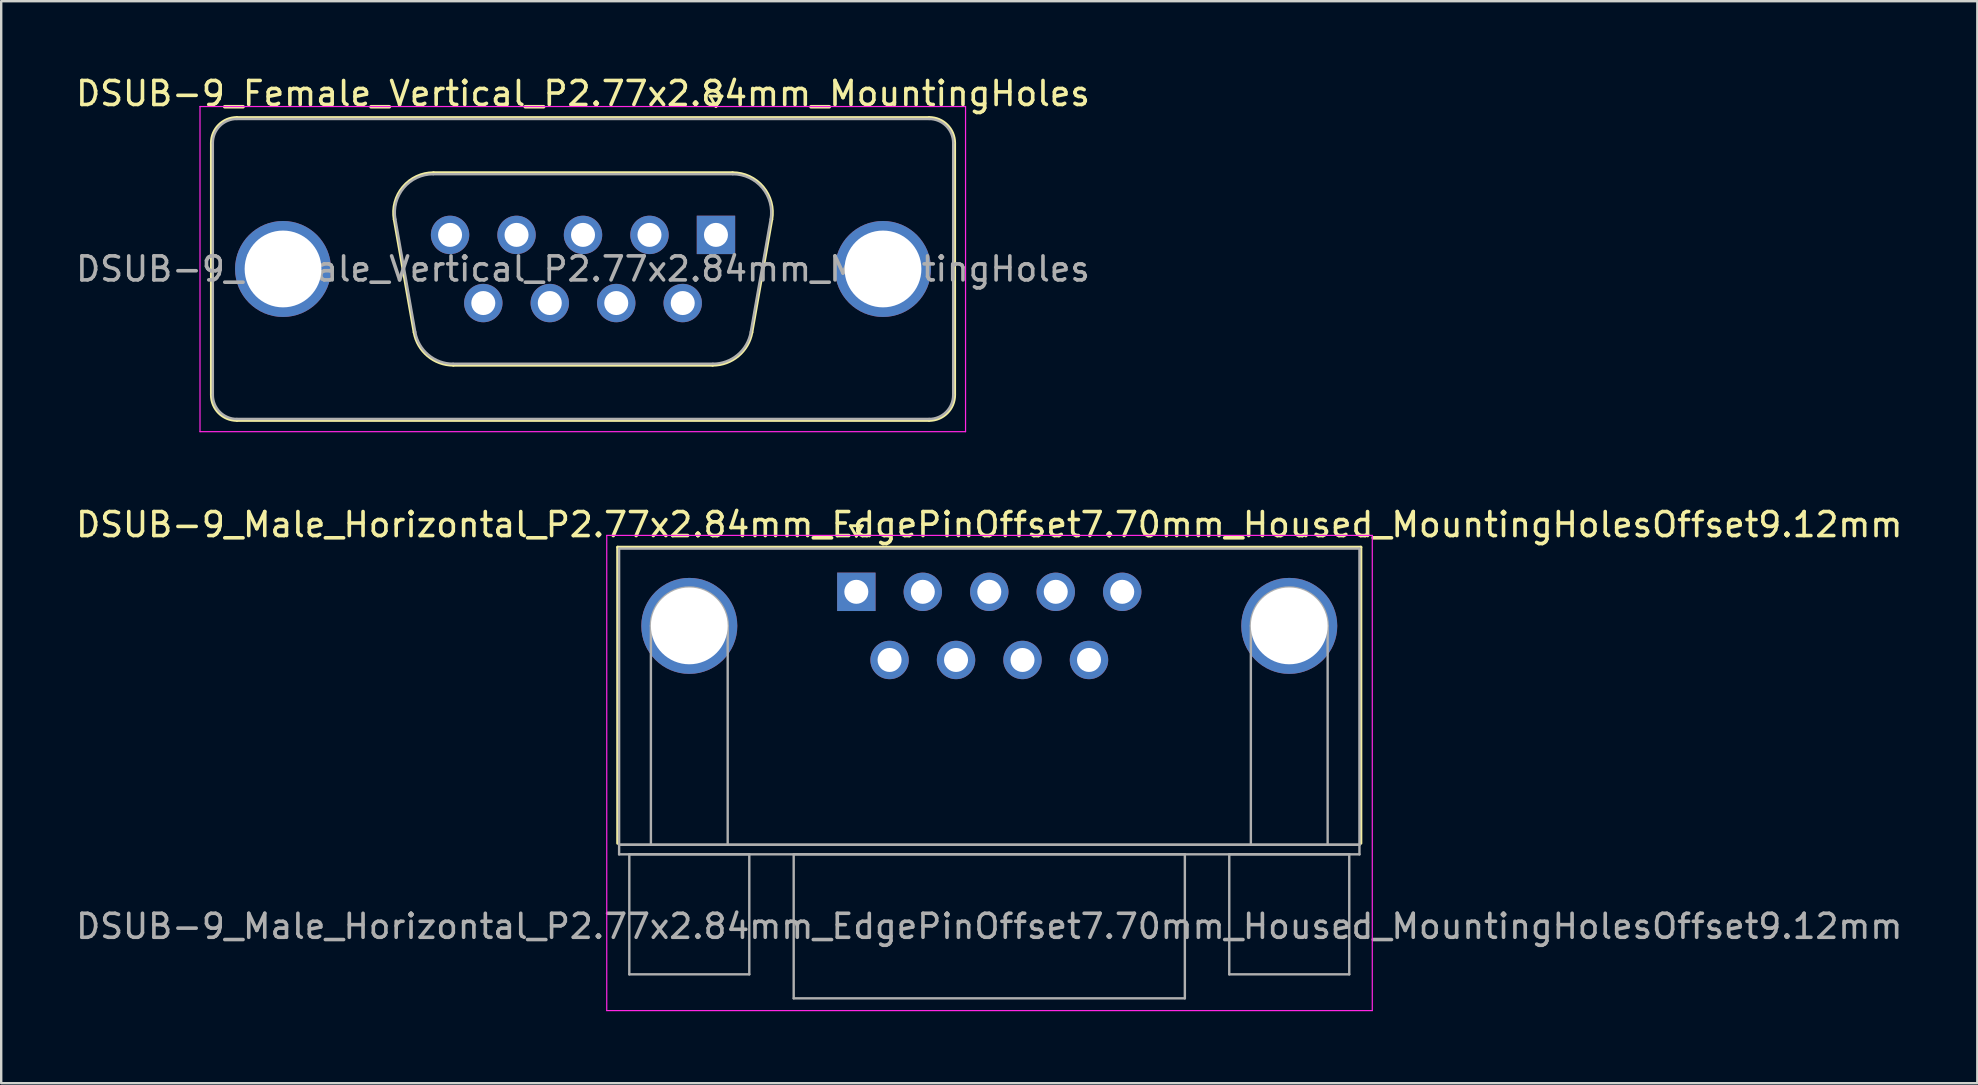
<source format=kicad_pcb>
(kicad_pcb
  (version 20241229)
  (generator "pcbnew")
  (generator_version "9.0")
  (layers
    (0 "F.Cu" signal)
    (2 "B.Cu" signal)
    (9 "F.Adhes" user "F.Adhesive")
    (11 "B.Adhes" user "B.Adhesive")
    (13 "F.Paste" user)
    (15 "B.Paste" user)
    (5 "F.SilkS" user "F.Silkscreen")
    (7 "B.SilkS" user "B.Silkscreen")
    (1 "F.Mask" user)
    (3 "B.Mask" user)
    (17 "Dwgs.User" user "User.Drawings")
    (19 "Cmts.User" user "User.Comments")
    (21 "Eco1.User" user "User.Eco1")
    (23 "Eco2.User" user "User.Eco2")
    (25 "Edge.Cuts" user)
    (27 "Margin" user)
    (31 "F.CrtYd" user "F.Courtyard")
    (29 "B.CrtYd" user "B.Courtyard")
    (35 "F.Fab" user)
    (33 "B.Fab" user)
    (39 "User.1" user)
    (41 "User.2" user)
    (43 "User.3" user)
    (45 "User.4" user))
  (footprint "DSUB-9_Male_Horizontal_P2.77x2.84mm_EdgePinOffset7.70mm_Housed_MountingHolesOffset9.12mm"
    (layer "F.Cu")
    (at 32.633 21.611)
    (property "Reference" "DSUB-9_Male_Horizontal_P2.77x2.84mm_EdgePinOffset7.70mm_Housed_MountingHolesOffset9.12mm" (at 5.54 -2.8 0) (layer "F.SilkS") (effects (font (size 1 1) (thickness 0.15))))
    (attr through_hole)
    (fp_line (start -9.945 -1.86) (end 21.025 -1.86) (stroke (width 0.12) (type solid)) (layer "F.SilkS"))
    (fp_line (start -9.945 10.48) (end -9.945 -1.86) (stroke (width 0.12) (type solid)) (layer "F.SilkS"))
    (fp_line (start -0.25 -2.754) (end 0.25 -2.754) (stroke (width 0.12) (type solid)) (layer "F.SilkS"))
    (fp_line (start 0 -2.321) (end -0.25 -2.754) (stroke (width 0.12) (type solid)) (layer "F.SilkS"))
    (fp_line (start 0.25 -2.754) (end 0 -2.321) (stroke (width 0.12) (type solid)) (layer "F.SilkS"))
    (fp_line (start 21.025 -1.86) (end 21.025 10.48) (stroke (width 0.12) (type solid)) (layer "F.SilkS"))
    (fp_line (start -10.4 -2.35) (end -10.4 17.45) (stroke (width 0.05) (type solid)) (layer "F.CrtYd"))
    (fp_line (start -10.4 17.45) (end 21.5 17.45) (stroke (width 0.05) (type solid)) (layer "F.CrtYd"))
    (fp_line (start 21.5 -2.35) (end -10.4 -2.35) (stroke (width 0.05) (type solid)) (layer "F.CrtYd"))
    (fp_line (start 21.5 17.45) (end 21.5 -2.35) (stroke (width 0.05) (type solid)) (layer "F.CrtYd"))
    (fp_line (start -9.885 -1.8) (end -9.885 10.54) (stroke (width 0.1) (type solid)) (layer "F.Fab"))
    (fp_line (start -9.885 10.54) (end -9.885 10.94) (stroke (width 0.1) (type solid)) (layer "F.Fab"))
    (fp_line (start -9.885 10.54) (end 20.965 10.54) (stroke (width 0.1) (type solid)) (layer "F.Fab"))
    (fp_line (start -9.885 10.94) (end 20.965 10.94) (stroke (width 0.1) (type solid)) (layer "F.Fab"))
    (fp_line (start -9.46 10.94) (end -9.46 15.94) (stroke (width 0.1) (type solid)) (layer "F.Fab"))
    (fp_line (start -9.46 15.94) (end -4.46 15.94) (stroke (width 0.1) (type solid)) (layer "F.Fab"))
    (fp_line (start -8.56 10.54) (end -8.56 1.42) (stroke (width 0.1) (type solid)) (layer "F.Fab"))
    (fp_line (start -5.36 10.54) (end -5.36 1.42) (stroke (width 0.1) (type solid)) (layer "F.Fab"))
    (fp_line (start -4.46 10.94) (end -9.46 10.94) (stroke (width 0.1) (type solid)) (layer "F.Fab"))
    (fp_line (start -4.46 15.94) (end -4.46 10.94) (stroke (width 0.1) (type solid)) (layer "F.Fab"))
    (fp_line (start -2.61 10.94) (end -2.61 16.94) (stroke (width 0.1) (type solid)) (layer "F.Fab"))
    (fp_line (start -2.61 16.94) (end 13.69 16.94) (stroke (width 0.1) (type solid)) (layer "F.Fab"))
    (fp_line (start 13.69 10.94) (end -2.61 10.94) (stroke (width 0.1) (type solid)) (layer "F.Fab"))
    (fp_line (start 13.69 16.94) (end 13.69 10.94) (stroke (width 0.1) (type solid)) (layer "F.Fab"))
    (fp_line (start 15.54 10.94) (end 15.54 15.94) (stroke (width 0.1) (type solid)) (layer "F.Fab"))
    (fp_line (start 15.54 15.94) (end 20.54 15.94) (stroke (width 0.1) (type solid)) (layer "F.Fab"))
    (fp_line (start 16.44 10.54) (end 16.44 1.42) (stroke (width 0.1) (type solid)) (layer "F.Fab"))
    (fp_line (start 19.64 10.54) (end 19.64 1.42) (stroke (width 0.1) (type solid)) (layer "F.Fab"))
    (fp_line (start 20.54 10.94) (end 15.54 10.94) (stroke (width 0.1) (type solid)) (layer "F.Fab"))
    (fp_line (start 20.54 15.94) (end 20.54 10.94) (stroke (width 0.1) (type solid)) (layer "F.Fab"))
    (fp_line (start 20.965 -1.8) (end -9.885 -1.8) (stroke (width 0.1) (type solid)) (layer "F.Fab"))
    (fp_line (start 20.965 10.54) (end -9.885 10.54) (stroke (width 0.1) (type solid)) (layer "F.Fab"))
    (fp_line (start 20.965 10.54) (end 20.965 -1.8) (stroke (width 0.1) (type solid)) (layer "F.Fab"))
    (fp_line (start 20.965 10.94) (end 20.965 10.54) (stroke (width 0.1) (type solid)) (layer "F.Fab"))
    (fp_arc (start -8.56 1.42) (mid -6.96 -0.18) (end -5.36 1.42) (stroke (width 0.1) (type solid)) (layer "F.Fab"))
    (fp_arc (start 16.44 1.42) (mid 18.04 -0.18) (end 19.64 1.42) (stroke (width 0.1) (type solid)) (layer "F.Fab"))
    (fp_text user "${REFERENCE}" (at 5.54 13.94 0) (layer "F.Fab") (effects (font (size 1 1) (thickness 0.15))))
    (pad "0" thru_hole circle (at -6.96 1.42) (size 4 4) (drill 3.2) (layers "*.Cu" "*.Mask"))
    (pad "0" thru_hole circle (at 18.04 1.42) (size 4 4) (drill 3.2) (layers "*.Cu" "*.Mask"))
    (pad "1" thru_hole rect (at 0 0) (size 1.6 1.6) (drill 1) (layers "*.Cu" "*.Mask"))
    (pad "2" thru_hole circle (at 2.77 0) (size 1.6 1.6) (drill 1) (layers "*.Cu" "*.Mask"))
    (pad "3" thru_hole circle (at 5.54 0) (size 1.6 1.6) (drill 1) (layers "*.Cu" "*.Mask"))
    (pad "4" thru_hole circle (at 8.31 0) (size 1.6 1.6) (drill 1) (layers "*.Cu" "*.Mask"))
    (pad "5" thru_hole circle (at 11.08 0) (size 1.6 1.6) (drill 1) (layers "*.Cu" "*.Mask"))
    (pad "6" thru_hole circle (at 1.385 2.84) (size 1.6 1.6) (drill 1) (layers "*.Cu" "*.Mask"))
    (pad "7" thru_hole circle (at 4.155 2.84) (size 1.6 1.6) (drill 1) (layers "*.Cu" "*.Mask"))
    (pad "8" thru_hole circle (at 6.925 2.84) (size 1.6 1.6) (drill 1) (layers "*.Cu" "*.Mask"))
    (pad "9" thru_hole circle (at 9.695 2.84) (size 1.6 1.6) (drill 1) (layers "*.Cu" "*.Mask")))
  (footprint "DSUB-9_Female_Vertical_P2.77x2.84mm_MountingHoles"
    (layer "F.Cu")
    (at 26.784 6.738)
    (property "Reference" "DSUB-9_Female_Vertical_P2.77x2.84mm_MountingHoles" (at -5.54 -5.89 0) (layer "F.SilkS") (effects (font (size 1 1) (thickness 0.15))))
    (attr through_hole)
    (fp_line (start -21.025 6.67) (end -21.025 -3.83) (stroke (width 0.12) (type solid)) (layer "F.SilkS"))
    (fp_line (start -19.965 -4.89) (end 8.885 -4.89) (stroke (width 0.12) (type solid)) (layer "F.SilkS"))
    (fp_line (start -13.406 -0.642) (end -12.578 4.058) (stroke (width 0.12) (type solid)) (layer "F.SilkS"))
    (fp_line (start -11.772 -2.59) (end 0.692 -2.59) (stroke (width 0.12) (type solid)) (layer "F.SilkS"))
    (fp_line (start -10.943 5.43) (end -0.137 5.43) (stroke (width 0.12) (type solid)) (layer "F.SilkS"))
    (fp_line (start -0.25 -5.784) (end 0.25 -5.784) (stroke (width 0.12) (type solid)) (layer "F.SilkS"))
    (fp_line (start 0 -5.351) (end -0.25 -5.784) (stroke (width 0.12) (type solid)) (layer "F.SilkS"))
    (fp_line (start 0.25 -5.784) (end 0 -5.351) (stroke (width 0.12) (type solid)) (layer "F.SilkS"))
    (fp_line (start 2.326 -0.642) (end 1.498 4.058) (stroke (width 0.12) (type solid)) (layer "F.SilkS"))
    (fp_line (start 8.885 7.73) (end -19.965 7.73) (stroke (width 0.12) (type solid)) (layer "F.SilkS"))
    (fp_line (start 9.945 -3.83) (end 9.945 6.67) (stroke (width 0.12) (type solid)) (layer "F.SilkS"))
    (fp_arc (start -21.025 -3.83) (mid -20.714533 -4.579533) (end -19.965 -4.89) (stroke (width 0.12) (type solid)) (layer "F.SilkS"))
    (fp_arc (start -19.965 7.73) (mid -20.714533 7.419533) (end -21.025 6.67) (stroke (width 0.12) (type solid)) (layer "F.SilkS"))
    (fp_arc (start -13.40647 -0.641744) (mid -13.043323 -1.997028) (end -11.771689 -2.59) (stroke (width 0.12) (type solid)) (layer "F.SilkS"))
    (fp_arc (start -10.942952 5.43) (mid -12.009979 5.041634) (end -12.577733 4.058256) (stroke (width 0.12) (type solid)) (layer "F.SilkS"))
    (fp_arc (start 0.691689 -2.59) (mid 1.963323 -1.997027) (end 2.32647 -0.641744) (stroke (width 0.12) (type solid)) (layer "F.SilkS"))
    (fp_arc (start 1.497733 4.058256) (mid 0.92998 5.041634) (end -0.137048 5.43) (stroke (width 0.12) (type solid)) (layer "F.SilkS"))
    (fp_arc (start 8.885 -4.89) (mid 9.634533 -4.579533) (end 9.945 -3.83) (stroke (width 0.12) (type solid)) (layer "F.SilkS"))
    (fp_arc (start 9.945 6.67) (mid 9.634533 7.419533) (end 8.885 7.73) (stroke (width 0.12) (type solid)) (layer "F.SilkS"))
    (fp_line (start -21.5 -5.35) (end -21.5 8.2) (stroke (width 0.05) (type solid)) (layer "F.CrtYd"))
    (fp_line (start -21.5 8.2) (end 10.4 8.2) (stroke (width 0.05) (type solid)) (layer "F.CrtYd"))
    (fp_line (start 10.4 -5.35) (end -21.5 -5.35) (stroke (width 0.05) (type solid)) (layer "F.CrtYd"))
    (fp_line (start 10.4 8.2) (end 10.4 -5.35) (stroke (width 0.05) (type solid)) (layer "F.CrtYd"))
    (fp_line (start -20.965 6.67) (end -20.965 -3.83) (stroke (width 0.1) (type solid)) (layer "F.Fab"))
    (fp_line (start -19.965 -4.83) (end 8.885 -4.83) (stroke (width 0.1) (type solid)) (layer "F.Fab"))
    (fp_line (start -13.359 -0.652) (end -12.53 4.048) (stroke (width 0.1) (type solid)) (layer "F.Fab"))
    (fp_line (start -11.783 -2.53) (end 0.703 -2.53) (stroke (width 0.1) (type solid)) (layer "F.Fab"))
    (fp_line (start -10.954 5.37) (end -0.126 5.37) (stroke (width 0.1) (type solid)) (layer "F.Fab"))
    (fp_line (start 2.279 -0.652) (end 1.45 4.048) (stroke (width 0.1) (type solid)) (layer "F.Fab"))
    (fp_line (start 8.885 7.67) (end -19.965 7.67) (stroke (width 0.1) (type solid)) (layer "F.Fab"))
    (fp_line (start 9.885 -3.83) (end 9.885 6.67) (stroke (width 0.1) (type solid)) (layer "F.Fab"))
    (fp_arc (start -20.965 -3.83) (mid -20.672107 -4.537107) (end -19.965 -4.83) (stroke (width 0.1) (type solid)) (layer "F.Fab"))
    (fp_arc (start -19.965 7.67) (mid -20.672107 7.377107) (end -20.965 6.67) (stroke (width 0.1) (type solid)) (layer "F.Fab"))
    (fp_arc (start -13.358886 -0.652163) (mid -13.008865 -1.95846) (end -11.783194 -2.53) (stroke (width 0.1) (type solid)) (layer "F.Fab"))
    (fp_arc (start -10.954457 5.37) (mid -11.982917 4.995671) (end -12.530149 4.047837) (stroke (width 0.1) (type solid)) (layer "F.Fab"))
    (fp_arc (start 0.703194 -2.53) (mid 1.928865 -1.95846) (end 2.278886 -0.652163) (stroke (width 0.1) (type solid)) (layer "F.Fab"))
    (fp_arc (start 1.450149 4.047837) (mid 0.902917 4.995671) (end -0.125543 5.37) (stroke (width 0.1) (type solid)) (layer "F.Fab"))
    (fp_arc (start 8.885 -4.83) (mid 9.592107 -4.537107) (end 9.885 -3.83) (stroke (width 0.1) (type solid)) (layer "F.Fab"))
    (fp_arc (start 9.885 6.67) (mid 9.592107 7.377107) (end 8.885 7.67) (stroke (width 0.1) (type solid)) (layer "F.Fab"))
    (fp_text user "${REFERENCE}" (at -5.54 1.42 0) (layer "F.Fab") (effects (font (size 1 1) (thickness 0.15))))
    (pad "0" thru_hole circle (at -18.04 1.42) (size 4 4) (drill 3.2) (layers "*.Cu" "*.Mask"))
    (pad "0" thru_hole circle (at 6.96 1.42) (size 4 4) (drill 3.2) (layers "*.Cu" "*.Mask"))
    (pad "1" thru_hole rect (at 0 0) (size 1.6 1.6) (drill 1) (layers "*.Cu" "*.Mask"))
    (pad "2" thru_hole circle (at -2.77 0) (size 1.6 1.6) (drill 1) (layers "*.Cu" "*.Mask"))
    (pad "3" thru_hole circle (at -5.54 0) (size 1.6 1.6) (drill 1) (layers "*.Cu" "*.Mask"))
    (pad "4" thru_hole circle (at -8.31 0) (size 1.6 1.6) (drill 1) (layers "*.Cu" "*.Mask"))
    (pad "5" thru_hole circle (at -11.08 0) (size 1.6 1.6) (drill 1) (layers "*.Cu" "*.Mask"))
    (pad "6" thru_hole circle (at -1.385 2.84) (size 1.6 1.6) (drill 1) (layers "*.Cu" "*.Mask"))
    (pad "7" thru_hole circle (at -4.155 2.84) (size 1.6 1.6) (drill 1) (layers "*.Cu" "*.Mask"))
    (pad "8" thru_hole circle (at -6.925 2.84) (size 1.6 1.6) (drill 1) (layers "*.Cu" "*.Mask"))
    (pad "9" thru_hole circle (at -9.695 2.84) (size 1.6 1.6) (drill 1) (layers "*.Cu" "*.Mask")))
  (gr_rect
    (start -3 -3)
    (end 79.345 42.087)
    (stroke (width 0.1) (type default))
    (fill no)
    (layer "Edge.Cuts")))
</source>
